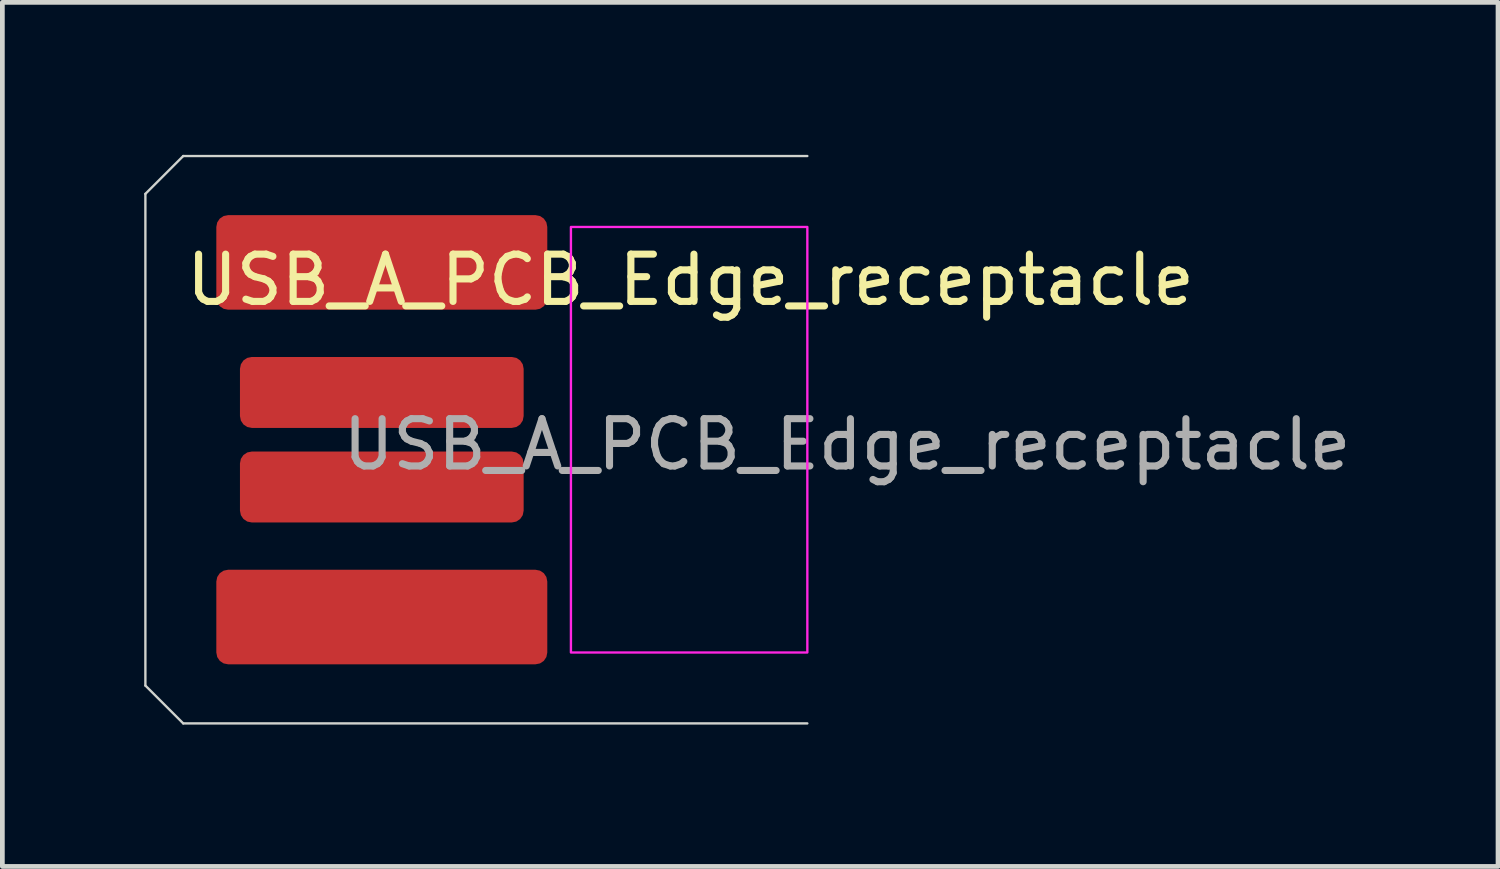
<source format=kicad_pcb>
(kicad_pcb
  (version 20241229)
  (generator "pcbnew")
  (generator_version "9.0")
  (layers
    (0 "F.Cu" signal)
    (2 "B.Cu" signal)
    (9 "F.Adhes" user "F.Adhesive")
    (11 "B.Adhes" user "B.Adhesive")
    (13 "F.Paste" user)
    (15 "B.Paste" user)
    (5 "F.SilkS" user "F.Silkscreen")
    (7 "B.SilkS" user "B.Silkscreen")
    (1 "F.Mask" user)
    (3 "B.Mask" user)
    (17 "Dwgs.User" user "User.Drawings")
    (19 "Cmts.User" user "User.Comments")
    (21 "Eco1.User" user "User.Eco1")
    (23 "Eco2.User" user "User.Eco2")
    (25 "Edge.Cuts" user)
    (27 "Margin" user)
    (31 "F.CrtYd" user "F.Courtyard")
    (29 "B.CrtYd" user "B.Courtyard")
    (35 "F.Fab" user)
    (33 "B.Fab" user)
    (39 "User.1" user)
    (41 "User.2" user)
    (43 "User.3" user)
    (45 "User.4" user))
  (footprint "USB_A_PCB_Edge_receptacle"
    (layer "F.Cu")
    (at 14.025 0.25)
    (property "Reference" "USB_A_PCB_Edge_receptacle" (at -2.47 2.62 0) (layer "F.SilkS") (effects (font (size 1 1) (thickness 0.15))))
    (attr smd)
    (fp_line (start -14 0.8) (end -14 11.2) (stroke (width 0.05) (type default)) (layer "Edge.Cuts"))
    (fp_line (start -14 0.8) (end -13.2 0) (stroke (width 0.05) (type default)) (layer "Edge.Cuts"))
    (fp_line (start -14 11.2) (end -13.2 12) (stroke (width 0.05) (type default)) (layer "Edge.Cuts"))
    (fp_line (start 0 0) (end -13.2 0) (stroke (width 0.05) (type default)) (layer "Edge.Cuts"))
    (fp_line (start 0 12) (end -13.2 12) (stroke (width 0.05) (type default)) (layer "Edge.Cuts"))
    (fp_rect (start -5 1.5) (end 0 10.5) (stroke (width 0.05) (type default)) (fill no) (layer "F.CrtYd"))
    (fp_text user "${REFERENCE}" (at 0.84 6.1 180) (layer "F.Fab") (effects (font (size 1 1) (thickness 0.15))))
    (pad "1" smd roundrect (at -9 9.75) (size 7 2) (layers "F.Cu" "F.Mask") (roundrect_rratio 0.125))
    (pad "2" smd roundrect (at -9 7) (size 6 1.5) (layers "F.Cu" "F.Mask") (roundrect_rratio 0.167))
    (pad "3" smd roundrect (at -9 5) (size 6 1.5) (layers "F.Cu" "F.Mask") (roundrect_rratio 0.167))
    (pad "4" smd roundrect (at -9 2.25) (size 7 2) (layers "F.Cu" "F.Mask") (roundrect_rratio 0.125)))
  (gr_rect
    (start -3 -3)
    (end 28.633 15.275)
    (stroke (width 0.1) (type default))
    (fill no)
    (layer "Edge.Cuts")))
</source>
